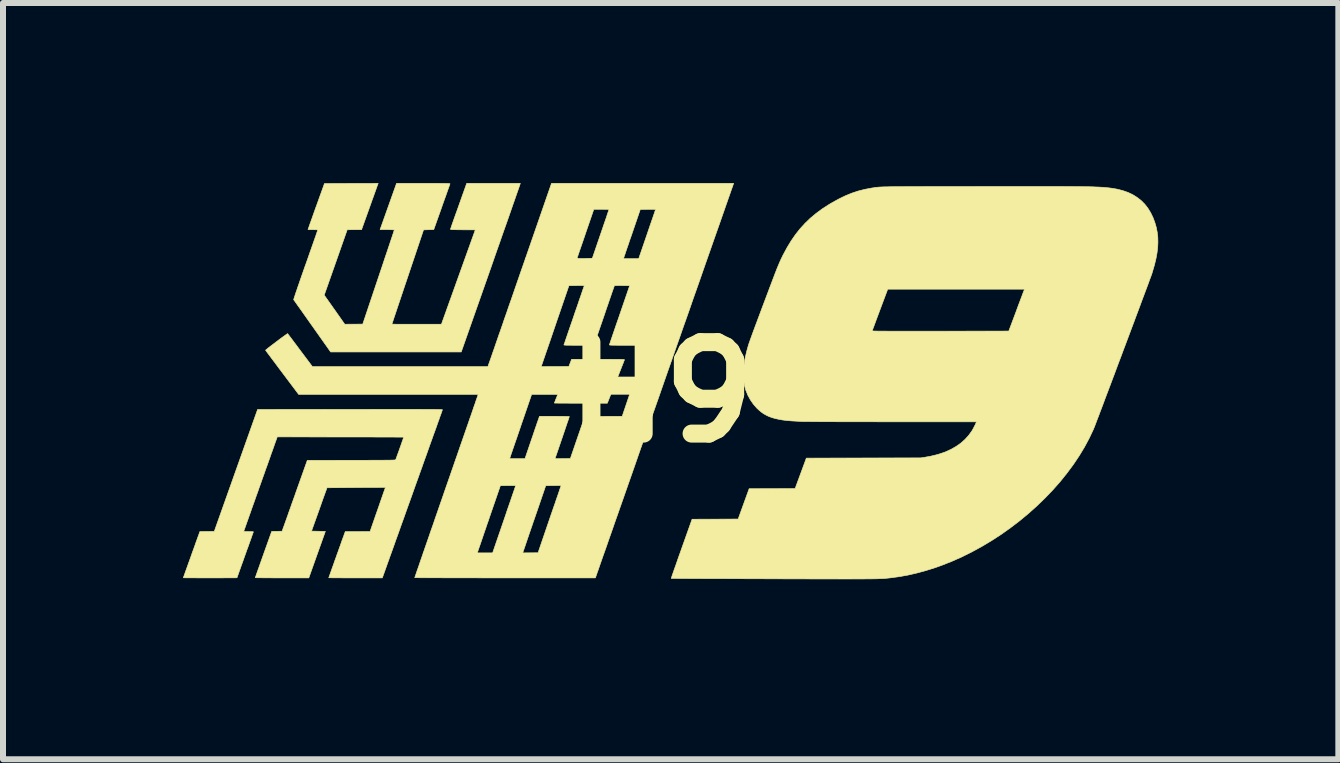
<source format=kicad_pcb>
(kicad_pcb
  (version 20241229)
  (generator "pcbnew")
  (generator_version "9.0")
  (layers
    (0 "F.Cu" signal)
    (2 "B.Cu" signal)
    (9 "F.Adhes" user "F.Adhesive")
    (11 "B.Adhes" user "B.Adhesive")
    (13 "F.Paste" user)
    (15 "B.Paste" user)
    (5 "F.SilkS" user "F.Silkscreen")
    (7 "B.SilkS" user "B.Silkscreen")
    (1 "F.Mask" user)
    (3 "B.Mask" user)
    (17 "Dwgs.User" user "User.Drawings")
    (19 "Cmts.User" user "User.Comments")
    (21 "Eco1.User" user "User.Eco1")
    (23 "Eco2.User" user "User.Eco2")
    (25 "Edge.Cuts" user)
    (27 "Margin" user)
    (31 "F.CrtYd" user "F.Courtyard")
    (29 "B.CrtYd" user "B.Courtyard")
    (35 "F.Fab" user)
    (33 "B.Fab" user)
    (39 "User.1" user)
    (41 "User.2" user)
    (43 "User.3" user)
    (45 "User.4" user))
  (footprint "H9"
    (layer "F.Cu")
    (at 7.965 3.485)
    (property "Reference" "H9" (at 0 0 0) (layer "F.SilkS") (effects (font (size 1.524 1.524) (thickness 0.3))))
    (attr through_hole)
    (fp_poly (pts (xy -4.729 -3.44) (xy -4.733 -3.429) (xy -4.74 -3.409) (xy -4.75 -3.381) (xy -4.762 -3.347) (xy -4.777 -3.306) (xy -4.793 -3.26) (xy -4.812 -3.209) (xy -4.831 -3.155) (xy -4.851 -3.099) (xy -4.867 -3.054) (xy -4.991 -2.708) (xy -5.11 -2.708) (xy -5.23 -2.707) (xy -5.421 -2.163) (xy -5.613 -1.618) (xy -5.442 -1.376) (xy -5.271 -1.133) (xy -4.971 -1.135) (xy -4.708 -1.918) (xy -4.679 -2.004) (xy -4.651 -2.087) (xy -4.624 -2.168) (xy -4.599 -2.244) (xy -4.574 -2.317) (xy -4.551 -2.385) (xy -4.53 -2.448) (xy -4.511 -2.505) (xy -4.494 -2.556) (xy -4.479 -2.6) (xy -4.467 -2.637) (xy -4.457 -2.667) (xy -4.45 -2.688) (xy -4.446 -2.7) (xy -4.445 -2.704) (xy -4.45 -2.705) (xy -4.464 -2.706) (xy -4.484 -2.707) (xy -4.511 -2.708) (xy -4.543 -2.709) (xy -4.564 -2.709) (xy -4.682 -2.71) (xy -4.545 -3.095) (xy -4.408 -3.48) (xy -3.961 -3.48) (xy -3.884 -3.48) (xy -3.815 -3.48) (xy -3.756 -3.48) (xy -3.705 -3.48) (xy -3.662 -3.479) (xy -3.626 -3.479) (xy -3.597 -3.479) (xy -3.573 -3.478) (xy -3.554 -3.478) (xy -3.54 -3.477) (xy -3.53 -3.476) (xy -3.523 -3.475) (xy -3.519 -3.474) (xy -3.518 -3.473) (xy -3.517 -3.471) (xy -3.518 -3.471) (xy -3.52 -3.465) (xy -3.525 -3.45) (xy -3.533 -3.427) (xy -3.544 -3.397) (xy -3.557 -3.36) (xy -3.572 -3.317) (xy -3.589 -3.269) (xy -3.608 -3.217) (xy -3.628 -3.161) (xy -3.649 -3.102) (xy -3.654 -3.086) (xy -3.788 -2.71) (xy -3.958 -2.705) (xy -4.222 -1.92) (xy -4.251 -1.834) (xy -4.279 -1.751) (xy -4.306 -1.67) (xy -4.332 -1.593) (xy -4.356 -1.521) (xy -4.379 -1.453) (xy -4.4 -1.39) (xy -4.419 -1.333) (xy -4.436 -1.282) (xy -4.451 -1.238) (xy -4.463 -1.201) (xy -4.473 -1.171) (xy -4.48 -1.15) (xy -4.484 -1.138) (xy -4.486 -1.134) (xy -4.481 -1.134) (xy -4.466 -1.134) (xy -4.443 -1.134) (xy -4.412 -1.133) (xy -4.374 -1.133) (xy -4.33 -1.133) (xy -4.28 -1.133) (xy -4.225 -1.133) (xy -4.166 -1.133) (xy -4.103 -1.133) (xy -4.073 -1.133) (xy -3.66 -1.133) (xy -3.096 -2.705) (xy -3.303 -2.706) (xy -3.355 -2.707) (xy -3.397 -2.707) (xy -3.431 -2.708) (xy -3.457 -2.708) (xy -3.477 -2.709) (xy -3.491 -2.71) (xy -3.5 -2.711) (xy -3.506 -2.712) (xy -3.509 -2.714) (xy -3.509 -2.716) (xy -3.509 -2.717) (xy -3.507 -2.723) (xy -3.502 -2.738) (xy -3.494 -2.761) (xy -3.484 -2.792) (xy -3.471 -2.829) (xy -3.456 -2.871) (xy -3.439 -2.919) (xy -3.42 -2.972) (xy -3.4 -3.027) (xy -3.379 -3.086) (xy -3.373 -3.103) (xy -3.239 -3.48) (xy -2.346 -3.48) (xy -2.349 -3.469) (xy -2.351 -3.463) (xy -2.356 -3.448) (xy -2.364 -3.425) (xy -2.375 -3.393) (xy -2.389 -3.353) (xy -2.406 -3.305) (xy -2.425 -3.25) (xy -2.447 -3.187) (xy -2.471 -3.119) (xy -2.497 -3.044) (xy -2.525 -2.963) (xy -2.555 -2.877) (xy -2.587 -2.786) (xy -2.621 -2.691) (xy -2.656 -2.591) (xy -2.692 -2.487) (xy -2.73 -2.38) (xy -2.769 -2.269) (xy -2.808 -2.156) (xy -2.84 -2.064) (xy -3.33 -0.671) (xy -5.506 -0.671) (xy -5.812 -1.104) (xy -5.854 -1.163) (xy -5.894 -1.22) (xy -5.932 -1.274) (xy -5.968 -1.325) (xy -6.001 -1.372) (xy -6.031 -1.414) (xy -6.058 -1.451) (xy -6.08 -1.483) (xy -6.098 -1.508) (xy -6.111 -1.527) (xy -6.12 -1.539) (xy -6.122 -1.542) (xy -6.121 -1.548) (xy -6.117 -1.562) (xy -6.109 -1.586) (xy -6.099 -1.617) (xy -6.086 -1.656) (xy -6.07 -1.702) (xy -6.052 -1.756) (xy -6.031 -1.815) (xy -6.009 -1.88) (xy -5.984 -1.951) (xy -5.958 -2.026) (xy -5.93 -2.106) (xy -5.925 -2.119) (xy -5.899 -2.192) (xy -5.874 -2.263) (xy -5.851 -2.33) (xy -5.828 -2.394) (xy -5.807 -2.454) (xy -5.788 -2.508) (xy -5.771 -2.557) (xy -5.756 -2.599) (xy -5.744 -2.635) (xy -5.734 -2.664) (xy -5.726 -2.684) (xy -5.722 -2.696) (xy -5.721 -2.699) (xy -5.721 -2.702) (xy -5.724 -2.704) (xy -5.73 -2.706) (xy -5.742 -2.707) (xy -5.76 -2.707) (xy -5.787 -2.708) (xy -5.801 -2.708) (xy -5.828 -2.708) (xy -5.852 -2.708) (xy -5.87 -2.709) (xy -5.88 -2.711) (xy -5.883 -2.711) (xy -5.881 -2.717) (xy -5.876 -2.731) (xy -5.868 -2.753) (xy -5.858 -2.783) (xy -5.845 -2.819) (xy -5.83 -2.861) (xy -5.813 -2.908) (xy -5.795 -2.96) (xy -5.775 -3.016) (xy -5.754 -3.075) (xy -5.746 -3.096) (xy -5.609 -3.477) (xy -5.162 -3.479) (xy -4.714 -3.48) (xy -4.729 -3.44)) (stroke (width 0.01) (type solid)) (fill yes) (layer "F.SilkS"))
    (fp_poly (pts (xy -4.251 0.285) (xy -4.172 0.285) (xy -4.1 0.285) (xy -4.035 0.285) (xy -3.976 0.286) (xy -3.923 0.286) (xy -3.877 0.286) (xy -3.835 0.286) (xy -3.799 0.286) (xy -3.768 0.287) (xy -3.741 0.287) (xy -3.718 0.287) (xy -3.699 0.288) (xy -3.683 0.288) (xy -3.671 0.289) (xy -3.661 0.289) (xy -3.654 0.29) (xy -3.649 0.29) (xy -3.646 0.291) (xy -3.644 0.292) (xy -3.644 0.293) (xy -3.644 0.293) (xy -3.646 0.299) (xy -3.651 0.314) (xy -3.659 0.337) (xy -3.67 0.369) (xy -3.685 0.408) (xy -3.701 0.456) (xy -3.721 0.51) (xy -3.742 0.571) (xy -3.766 0.638) (xy -3.793 0.711) (xy -3.821 0.79) (xy -3.851 0.873) (xy -3.882 0.961) (xy -3.915 1.054) (xy -3.95 1.15) (xy -3.985 1.25) (xy -4.022 1.352) (xy -4.059 1.457) (xy -4.069 1.483) (xy -4.108 1.592) (xy -4.146 1.7) (xy -4.184 1.806) (xy -4.222 1.911) (xy -4.258 2.012) (xy -4.293 2.111) (xy -4.328 2.207) (xy -4.36 2.298) (xy -4.391 2.385) (xy -4.421 2.467) (xy -4.448 2.544) (xy -4.473 2.614) (xy -4.496 2.678) (xy -4.517 2.735) (xy -4.534 2.784) (xy -4.549 2.825) (xy -4.561 2.858) (xy -4.568 2.879) (xy -4.645 3.094) (xy -5.091 3.094) (xy -5.157 3.094) (xy -5.221 3.094) (xy -5.28 3.094) (xy -5.336 3.093) (xy -5.386 3.093) (xy -5.43 3.093) (xy -5.467 3.093) (xy -5.498 3.092) (xy -5.52 3.092) (xy -5.533 3.092) (xy -5.537 3.092) (xy -5.536 3.087) (xy -5.531 3.073) (xy -5.523 3.051) (xy -5.513 3.023) (xy -5.501 2.989) (xy -5.487 2.949) (xy -5.471 2.905) (xy -5.454 2.858) (xy -5.437 2.808) (xy -5.418 2.757) (xy -5.4 2.705) (xy -5.381 2.653) (xy -5.363 2.602) (xy -5.345 2.553) (xy -5.329 2.507) (xy -5.314 2.464) (xy -5.3 2.426) (xy -5.288 2.394) (xy -5.279 2.367) (xy -5.272 2.348) (xy -5.268 2.337) (xy -5.267 2.336) (xy -5.262 2.322) (xy -5.055 2.322) (xy -4.849 2.321) (xy -4.751 2.038) (xy -4.732 1.984) (xy -4.713 1.93) (xy -4.695 1.878) (xy -4.678 1.828) (xy -4.662 1.783) (xy -4.648 1.742) (xy -4.636 1.708) (xy -4.627 1.682) (xy -4.623 1.67) (xy -4.593 1.586) (xy -5.079 1.588) (xy -5.149 1.589) (xy -5.215 1.589) (xy -5.278 1.59) (xy -5.336 1.59) (xy -5.39 1.591) (xy -5.437 1.591) (xy -5.479 1.591) (xy -5.513 1.592) (xy -5.539 1.592) (xy -5.557 1.592) (xy -5.566 1.593) (xy -5.567 1.593) (xy -5.569 1.598) (xy -5.574 1.611) (xy -5.581 1.633) (xy -5.592 1.662) (xy -5.605 1.698) (xy -5.62 1.739) (xy -5.637 1.786) (xy -5.655 1.837) (xy -5.674 1.892) (xy -5.695 1.95) (xy -5.696 1.954) (xy -5.825 2.314) (xy -5.594 2.319) (xy -5.732 2.706) (xy -5.87 3.094) (xy -6.316 3.094) (xy -6.382 3.094) (xy -6.445 3.094) (xy -6.505 3.093) (xy -6.56 3.093) (xy -6.61 3.093) (xy -6.654 3.092) (xy -6.692 3.092) (xy -6.722 3.091) (xy -6.744 3.091) (xy -6.758 3.09) (xy -6.761 3.09) (xy -6.76 3.085) (xy -6.755 3.071) (xy -6.747 3.048) (xy -6.737 3.019) (xy -6.724 2.982) (xy -6.709 2.94) (xy -6.692 2.893) (xy -6.674 2.841) (xy -6.654 2.785) (xy -6.633 2.726) (xy -6.625 2.703) (xy -6.488 2.319) (xy -6.315 2.316) (xy -6.302 2.28) (xy -6.299 2.27) (xy -6.292 2.251) (xy -6.282 2.225) (xy -6.27 2.19) (xy -6.255 2.149) (xy -6.238 2.101) (xy -6.219 2.048) (xy -6.199 1.99) (xy -6.176 1.927) (xy -6.153 1.86) (xy -6.128 1.791) (xy -6.102 1.719) (xy -6.092 1.689) (xy -5.895 1.135) (xy -5.16 1.134) (xy -5.059 1.134) (xy -4.968 1.134) (xy -4.886 1.134) (xy -4.812 1.133) (xy -4.747 1.133) (xy -4.69 1.133) (xy -4.639 1.133) (xy -4.596 1.132) (xy -4.559 1.132) (xy -4.527 1.132) (xy -4.501 1.131) (xy -4.479 1.131) (xy -4.462 1.13) (xy -4.449 1.129) (xy -4.439 1.129) (xy -4.432 1.128) (xy -4.427 1.127) (xy -4.424 1.126) (xy -4.423 1.125) (xy -4.422 1.124) (xy -4.417 1.11) (xy -4.409 1.09) (xy -4.4 1.063) (xy -4.389 1.033) (xy -4.376 0.998) (xy -4.363 0.962) (xy -4.35 0.925) (xy -4.337 0.889) (xy -4.325 0.854) (xy -4.314 0.822) (xy -4.304 0.795) (xy -4.297 0.772) (xy -4.291 0.757) (xy -4.289 0.749) (xy -4.289 0.749) (xy -4.294 0.748) (xy -4.309 0.748) (xy -4.333 0.748) (xy -4.366 0.748) (xy -4.407 0.748) (xy -4.456 0.747) (xy -4.512 0.747) (xy -4.575 0.747) (xy -4.645 0.747) (xy -4.72 0.747) (xy -4.801 0.746) (xy -4.886 0.746) (xy -4.976 0.746) (xy -5.071 0.746) (xy -5.168 0.746) (xy -5.269 0.746) (xy -5.343 0.746) (xy -6.396 0.744) (xy -6.4 0.757) (xy -6.406 0.774) (xy -6.415 0.799) (xy -6.427 0.832) (xy -6.441 0.871) (xy -6.457 0.917) (xy -6.475 0.968) (xy -6.496 1.025) (xy -6.517 1.086) (xy -6.54 1.151) (xy -6.564 1.219) (xy -6.59 1.289) (xy -6.615 1.362) (xy -6.642 1.436) (xy -6.668 1.511) (xy -6.695 1.586) (xy -6.721 1.661) (xy -6.748 1.735) (xy -6.773 1.807) (xy -6.798 1.876) (xy -6.822 1.943) (xy -6.844 2.007) (xy -6.865 2.066) (xy -6.884 2.12) (xy -6.902 2.17) (xy -6.917 2.213) (xy -6.93 2.25) (xy -6.941 2.279) (xy -6.948 2.301) (xy -6.953 2.315) (xy -6.955 2.319) (xy -6.95 2.32) (xy -6.936 2.321) (xy -6.916 2.321) (xy -6.891 2.321) (xy -6.873 2.322) (xy -6.842 2.322) (xy -6.82 2.322) (xy -6.806 2.323) (xy -6.798 2.324) (xy -6.794 2.326) (xy -6.794 2.329) (xy -6.794 2.33) (xy -6.797 2.338) (xy -6.803 2.354) (xy -6.812 2.378) (xy -6.822 2.408) (xy -6.835 2.445) (xy -6.85 2.486) (xy -6.866 2.531) (xy -6.883 2.579) (xy -6.902 2.629) (xy -6.92 2.681) (xy -6.939 2.733) (xy -6.957 2.785) (xy -6.975 2.836) (xy -6.993 2.884) (xy -7.009 2.93) (xy -7.024 2.972) (xy -7.037 3.008) (xy -7.048 3.04) (xy -7.057 3.064) (xy -7.063 3.082) (xy -7.066 3.091) (xy -7.066 3.092) (xy -7.071 3.092) (xy -7.086 3.092) (xy -7.109 3.093) (xy -7.14 3.093) (xy -7.178 3.093) (xy -7.223 3.093) (xy -7.274 3.093) (xy -7.33 3.094) (xy -7.39 3.094) (xy -7.453 3.094) (xy -7.513 3.094) (xy -7.58 3.094) (xy -7.643 3.094) (xy -7.703 3.094) (xy -7.758 3.093) (xy -7.808 3.093) (xy -7.853 3.093) (xy -7.89 3.093) (xy -7.921 3.093) (xy -7.943 3.092) (xy -7.956 3.092) (xy -7.96 3.092) (xy -7.959 3.087) (xy -7.954 3.073) (xy -7.946 3.051) (xy -7.936 3.022) (xy -7.923 2.986) (xy -7.908 2.944) (xy -7.891 2.897) (xy -7.873 2.846) (xy -7.853 2.791) (xy -7.832 2.732) (xy -7.828 2.72) (xy -7.807 2.661) (xy -7.786 2.604) (xy -7.767 2.551) (xy -7.75 2.502) (xy -7.734 2.458) (xy -7.72 2.419) (xy -7.708 2.387) (xy -7.699 2.362) (xy -7.693 2.345) (xy -7.69 2.336) (xy -7.69 2.336) (xy -7.685 2.322) (xy -7.565 2.32) (xy -7.445 2.319) (xy -7.084 1.303) (xy -6.723 0.287) (xy -5.182 0.286) (xy -5.034 0.286) (xy -4.895 0.286) (xy -4.766 0.285) (xy -4.646 0.285) (xy -4.535 0.285) (xy -4.432 0.285) (xy -4.338 0.285) (xy -4.251 0.285)) (stroke (width 0.01) (type solid)) (fill yes) (layer "F.SilkS"))
    (fp_poly (pts (xy 6.302 -3.428) (xy 6.408 -3.428) (xy 6.507 -3.428) (xy 6.598 -3.428) (xy 6.683 -3.428) (xy 6.761 -3.427) (xy 6.833 -3.427) (xy 6.9 -3.426) (xy 6.961 -3.426) (xy 7.017 -3.425) (xy 7.068 -3.424) (xy 7.115 -3.424) (xy 7.158 -3.423) (xy 7.197 -3.422) (xy 7.232 -3.42) (xy 7.265 -3.419) (xy 7.295 -3.418) (xy 7.323 -3.416) (xy 7.349 -3.415) (xy 7.373 -3.413) (xy 7.396 -3.411) (xy 7.417 -3.409) (xy 7.439 -3.407) (xy 7.459 -3.405) (xy 7.48 -3.402) (xy 7.493 -3.401) (xy 7.595 -3.384) (xy 7.69 -3.36) (xy 7.777 -3.33) (xy 7.858 -3.292) (xy 7.931 -3.246) (xy 7.998 -3.194) (xy 8.058 -3.134) (xy 8.111 -3.066) (xy 8.157 -2.991) (xy 8.197 -2.908) (xy 8.227 -2.827) (xy 8.25 -2.748) (xy 8.266 -2.667) (xy 8.276 -2.585) (xy 8.278 -2.5) (xy 8.274 -2.412) (xy 8.263 -2.32) (xy 8.245 -2.223) (xy 8.22 -2.12) (xy 8.188 -2.011) (xy 8.175 -1.968) (xy 8.17 -1.956) (xy 8.163 -1.935) (xy 8.152 -1.906) (xy 8.138 -1.869) (xy 8.122 -1.824) (xy 8.103 -1.772) (xy 8.081 -1.714) (xy 8.057 -1.65) (xy 8.031 -1.581) (xy 8.003 -1.506) (xy 7.974 -1.427) (xy 7.943 -1.344) (xy 7.91 -1.257) (xy 7.877 -1.167) (xy 7.842 -1.075) (xy 7.807 -0.981) (xy 7.771 -0.885) (xy 7.735 -0.789) (xy 7.698 -0.691) (xy 7.662 -0.594) (xy 7.625 -0.497) (xy 7.589 -0.401) (xy 7.554 -0.306) (xy 7.519 -0.214) (xy 7.485 -0.123) (xy 7.452 -0.036) (xy 7.42 0.048) (xy 7.39 0.128) (xy 7.362 0.204) (xy 7.335 0.275) (xy 7.31 0.34) (xy 7.288 0.4) (xy 7.267 0.453) (xy 7.25 0.499) (xy 7.235 0.538) (xy 7.223 0.57) (xy 7.214 0.592) (xy 7.208 0.606) (xy 7.207 0.61) (xy 7.136 0.761) (xy 7.056 0.911) (xy 6.966 1.06) (xy 6.868 1.206) (xy 6.761 1.35) (xy 6.647 1.492) (xy 6.525 1.63) (xy 6.396 1.764) (xy 6.261 1.895) (xy 6.12 2.021) (xy 5.974 2.142) (xy 5.822 2.258) (xy 5.666 2.369) (xy 5.506 2.473) (xy 5.342 2.571) (xy 5.175 2.662) (xy 5.006 2.746) (xy 4.834 2.822) (xy 4.66 2.89) (xy 4.549 2.929) (xy 4.401 2.975) (xy 4.256 3.014) (xy 4.113 3.047) (xy 3.968 3.073) (xy 3.82 3.093) (xy 3.734 3.102) (xy 3.721 3.103) (xy 3.707 3.104) (xy 3.691 3.105) (xy 3.674 3.106) (xy 3.655 3.106) (xy 3.633 3.107) (xy 3.609 3.108) (xy 3.581 3.109) (xy 3.551 3.109) (xy 3.516 3.11) (xy 3.478 3.11) (xy 3.435 3.11) (xy 3.388 3.111) (xy 3.335 3.111) (xy 3.278 3.111) (xy 3.215 3.111) (xy 3.146 3.112) (xy 3.071 3.112) (xy 2.989 3.112) (xy 2.9 3.111) (xy 2.804 3.111) (xy 2.701 3.111) (xy 2.59 3.111) (xy 2.471 3.111) (xy 2.343 3.11) (xy 2.207 3.11) (xy 2.062 3.11) (xy 1.907 3.109) (xy 1.742 3.109) (xy 1.677 3.108) (xy 1.554 3.108) (xy 1.433 3.108) (xy 1.316 3.107) (xy 1.202 3.107) (xy 1.092 3.106) (xy 0.986 3.106) (xy 0.885 3.106) (xy 0.788 3.105) (xy 0.698 3.105) (xy 0.613 3.104) (xy 0.534 3.104) (xy 0.462 3.104) (xy 0.396 3.103) (xy 0.338 3.103) (xy 0.288 3.103) (xy 0.247 3.102) (xy 0.213 3.102) (xy 0.189 3.102) (xy 0.174 3.102) (xy 0.169 3.102) (xy 0.169 3.102) (xy 0.17 3.097) (xy 0.175 3.083) (xy 0.182 3.06) (xy 0.192 3.031) (xy 0.205 2.994) (xy 0.22 2.95) (xy 0.238 2.901) (xy 0.257 2.847) (xy 0.277 2.789) (xy 0.299 2.726) (xy 0.323 2.66) (xy 0.341 2.608) (xy 0.516 2.116) (xy 0.9 2.115) (xy 1.284 2.113) (xy 1.375 1.861) (xy 1.467 1.608) (xy 1.85 1.607) (xy 2.233 1.605) (xy 2.42 1.098) (xy 4.326 1.094) (xy 4.397 1.083) (xy 4.487 1.067) (xy 4.568 1.048) (xy 4.643 1.027) (xy 4.714 1.003) (xy 4.741 0.993) (xy 4.832 0.951) (xy 4.916 0.903) (xy 4.993 0.849) (xy 5.062 0.788) (xy 5.123 0.721) (xy 5.176 0.648) (xy 5.178 0.645) (xy 5.188 0.628) (xy 5.2 0.607) (xy 5.213 0.582) (xy 5.225 0.558) (xy 5.237 0.535) (xy 5.245 0.516) (xy 5.25 0.504) (xy 5.25 0.504) (xy 5.253 0.493) (xy 3.878 0.493) (xy 3.746 0.493) (xy 3.618 0.493) (xy 3.494 0.492) (xy 3.374 0.492) (xy 3.259 0.492) (xy 3.149 0.492) (xy 3.044 0.492) (xy 2.945 0.492) (xy 2.852 0.491) (xy 2.766 0.491) (xy 2.686 0.491) (xy 2.614 0.49) (xy 2.55 0.49) (xy 2.494 0.489) (xy 2.447 0.489) (xy 2.409 0.489) (xy 2.38 0.488) (xy 2.36 0.488) (xy 2.36 0.488) (xy 2.262 0.483) (xy 2.173 0.478) (xy 2.093 0.471) (xy 2.02 0.462) (xy 1.955 0.45) (xy 1.896 0.437) (xy 1.842 0.421) (xy 1.793 0.403) (xy 1.748 0.381) (xy 1.706 0.357) (xy 1.667 0.329) (xy 1.629 0.297) (xy 1.595 0.265) (xy 1.538 0.2) (xy 1.488 0.128) (xy 1.446 0.052) (xy 1.413 -0.029) (xy 1.409 -0.04) (xy 1.388 -0.118) (xy 1.375 -0.202) (xy 1.37 -0.29) (xy 1.373 -0.384) (xy 1.385 -0.483) (xy 1.404 -0.589) (xy 1.431 -0.7) (xy 1.44 -0.732) (xy 1.444 -0.746) (xy 1.448 -0.76) (xy 1.452 -0.774) (xy 1.456 -0.788) (xy 1.461 -0.803) (xy 1.466 -0.819) (xy 1.473 -0.837) (xy 1.48 -0.857) (xy 1.488 -0.881) (xy 1.498 -0.907) (xy 1.509 -0.938) (xy 1.522 -0.974) (xy 1.537 -1.015) (xy 1.54 -1.022) (xy 3.516 -1.022) (xy 3.518 -1.022) (xy 3.523 -1.021) (xy 3.533 -1.02) (xy 3.546 -1.02) (xy 3.565 -1.019) (xy 3.589 -1.019) (xy 3.618 -1.018) (xy 3.652 -1.018) (xy 3.693 -1.018) (xy 3.741 -1.018) (xy 3.795 -1.017) (xy 3.856 -1.017) (xy 3.925 -1.017) (xy 4.002 -1.017) (xy 4.086 -1.017) (xy 4.179 -1.017) (xy 4.281 -1.017) (xy 4.392 -1.017) (xy 4.513 -1.017) (xy 4.643 -1.017) (xy 4.654 -1.017) (xy 5.793 -1.019) (xy 5.914 -1.341) (xy 5.934 -1.396) (xy 5.954 -1.45) (xy 5.973 -1.5) (xy 5.99 -1.546) (xy 6.006 -1.587) (xy 6.019 -1.623) (xy 6.03 -1.652) (xy 6.038 -1.674) (xy 6.044 -1.687) (xy 6.045 -1.69) (xy 6.055 -1.717) (xy 3.776 -1.717) (xy 3.647 -1.373) (xy 3.626 -1.316) (xy 3.606 -1.263) (xy 3.587 -1.212) (xy 3.57 -1.166) (xy 3.555 -1.125) (xy 3.542 -1.09) (xy 3.531 -1.061) (xy 3.523 -1.04) (xy 3.518 -1.027) (xy 3.516 -1.022) (xy 1.54 -1.022) (xy 1.554 -1.061) (xy 1.574 -1.114) (xy 1.596 -1.173) (xy 1.621 -1.24) (xy 1.649 -1.315) (xy 1.68 -1.398) (xy 1.714 -1.488) (xy 1.749 -1.581) (xy 1.781 -1.666) (xy 1.809 -1.741) (xy 1.835 -1.809) (xy 1.858 -1.87) (xy 1.879 -1.925) (xy 1.897 -1.973) (xy 1.914 -2.016) (xy 1.929 -2.055) (xy 1.943 -2.089) (xy 1.956 -2.119) (xy 1.967 -2.147) (xy 1.978 -2.172) (xy 1.989 -2.196) (xy 1.999 -2.218) (xy 2.01 -2.24) (xy 2.02 -2.262) (xy 2.031 -2.284) (xy 2.035 -2.291) (xy 2.1 -2.412) (xy 2.168 -2.524) (xy 2.24 -2.628) (xy 2.316 -2.724) (xy 2.398 -2.814) (xy 2.486 -2.899) (xy 2.582 -2.979) (xy 2.685 -3.055) (xy 2.798 -3.128) (xy 2.847 -3.157) (xy 2.959 -3.219) (xy 3.068 -3.272) (xy 3.175 -3.316) (xy 3.283 -3.352) (xy 3.393 -3.38) (xy 3.503 -3.401) (xy 3.517 -3.403) (xy 3.53 -3.405) (xy 3.543 -3.407) (xy 3.555 -3.409) (xy 3.567 -3.411) (xy 3.579 -3.413) (xy 3.592 -3.414) (xy 3.606 -3.415) (xy 3.621 -3.417) (xy 3.638 -3.418) (xy 3.656 -3.419) (xy 3.678 -3.42) (xy 3.701 -3.421) (xy 3.728 -3.422) (xy 3.759 -3.422) (xy 3.793 -3.423) (xy 3.831 -3.424) (xy 3.874 -3.424) (xy 3.921 -3.425) (xy 3.974 -3.425) (xy 4.032 -3.425) (xy 4.096 -3.426) (xy 4.166 -3.426) (xy 4.243 -3.426) (xy 4.327 -3.426) (xy 4.418 -3.427) (xy 4.517 -3.427) (xy 4.624 -3.427) (xy 4.739 -3.427) (xy 4.862 -3.427) (xy 4.995 -3.427) (xy 5.137 -3.427) (xy 5.289 -3.428) (xy 5.324 -3.428) (xy 5.491 -3.428) (xy 5.649 -3.428) (xy 5.797 -3.428) (xy 5.936 -3.428) (xy 6.067 -3.428) (xy 6.189 -3.428) (xy 6.302 -3.428)) (stroke (width 0.01) (type solid)) (fill yes) (layer "F.SilkS"))
    (fp_poly (pts (xy 1.199 -3.453) (xy 1.197 -3.447) (xy 1.192 -3.431) (xy 1.183 -3.407) (xy 1.171 -3.373) (xy 1.156 -3.331) (xy 1.139 -3.281) (xy 1.118 -3.222) (xy 1.095 -3.156) (xy 1.069 -3.082) (xy 1.041 -3.001) (xy 1.01 -2.913) (xy 0.977 -2.818) (xy 0.941 -2.716) (xy 0.903 -2.608) (xy 0.863 -2.494) (xy 0.821 -2.374) (xy 0.777 -2.249) (xy 0.731 -2.118) (xy 0.684 -1.983) (xy 0.635 -1.842) (xy 0.584 -1.697) (xy 0.531 -1.548) (xy 0.478 -1.394) (xy 0.423 -1.237) (xy 0.366 -1.077) (xy 0.309 -0.913) (xy 0.25 -0.745) (xy 0.191 -0.576) (xy 0.13 -0.403) (xy 0.076 -0.249) (xy 0.015 -0.074) (xy -0.045 0.099) (xy -0.105 0.269) (xy -0.164 0.436) (xy -0.222 0.601) (xy -0.278 0.762) (xy -0.334 0.92) (xy -0.388 1.075) (xy -0.44 1.225) (xy -0.491 1.371) (xy -0.541 1.513) (xy -0.589 1.65) (xy -0.635 1.782) (xy -0.68 1.909) (xy -0.722 2.03) (xy -0.763 2.145) (xy -0.801 2.255) (xy -0.837 2.358) (xy -0.871 2.454) (xy -0.902 2.544) (xy -0.931 2.627) (xy -0.958 2.702) (xy -0.982 2.77) (xy -1.003 2.83) (xy -1.021 2.882) (xy -1.036 2.926) (xy -1.048 2.961) (xy -1.058 2.987) (xy -1.064 3.004) (xy -1.066 3.011) (xy -1.095 3.094) (xy -2.6 3.094) (xy -2.723 3.094) (xy -2.844 3.094) (xy -2.962 3.094) (xy -3.076 3.093) (xy -3.186 3.093) (xy -3.292 3.093) (xy -3.394 3.093) (xy -3.49 3.093) (xy -3.581 3.093) (xy -3.665 3.092) (xy -3.744 3.092) (xy -3.816 3.092) (xy -3.881 3.092) (xy -3.938 3.091) (xy -3.988 3.091) (xy -4.029 3.091) (xy -4.062 3.09) (xy -4.086 3.09) (xy -4.1 3.09) (xy -4.105 3.089) (xy -4.103 3.084) (xy -4.098 3.07) (xy -4.09 3.047) (xy -4.079 3.015) (xy -4.066 2.975) (xy -4.049 2.928) (xy -4.03 2.873) (xy -4.009 2.81) (xy -3.985 2.742) (xy -3.963 2.677) (xy -2.306 2.677) (xy -2.178 2.676) (xy -2.05 2.675) (xy -1.859 2.116) (xy -1.834 2.043) (xy -1.81 1.974) (xy -1.787 1.907) (xy -1.765 1.845) (xy -1.746 1.787) (xy -1.727 1.734) (xy -1.711 1.687) (xy -1.697 1.646) (xy -1.686 1.612) (xy -1.676 1.585) (xy -1.67 1.567) (xy -1.667 1.557) (xy -1.666 1.556) (xy -1.671 1.555) (xy -1.685 1.555) (xy -1.706 1.555) (xy -1.733 1.555) (xy -1.765 1.555) (xy -1.794 1.556) (xy -1.922 1.557) (xy -2.062 1.966) (xy -2.085 2.032) (xy -2.108 2.099) (xy -2.131 2.165) (xy -2.153 2.23) (xy -2.174 2.291) (xy -2.194 2.349) (xy -2.212 2.402) (xy -2.228 2.448) (xy -2.241 2.488) (xy -2.252 2.519) (xy -2.254 2.526) (xy -2.306 2.677) (xy -3.963 2.677) (xy -3.963 2.677) (xy -3.063 2.677) (xy -2.935 2.677) (xy -2.807 2.677) (xy -2.616 2.121) (xy -2.591 2.048) (xy -2.568 1.978) (xy -2.545 1.912) (xy -2.523 1.849) (xy -2.503 1.791) (xy -2.485 1.738) (xy -2.469 1.691) (xy -2.455 1.65) (xy -2.443 1.616) (xy -2.434 1.589) (xy -2.428 1.57) (xy -2.424 1.561) (xy -2.424 1.559) (xy -2.428 1.558) (xy -2.442 1.556) (xy -2.465 1.556) (xy -2.497 1.555) (xy -2.536 1.556) (xy -2.55 1.556) (xy -2.678 1.557) (xy -2.833 2.007) (xy -2.856 2.074) (xy -2.879 2.142) (xy -2.902 2.207) (xy -2.923 2.27) (xy -2.944 2.33) (xy -2.963 2.386) (xy -2.98 2.436) (xy -2.995 2.48) (xy -3.008 2.518) (xy -3.018 2.547) (xy -3.025 2.567) (xy -3.063 2.677) (xy -3.963 2.677) (xy -3.959 2.667) (xy -3.931 2.585) (xy -3.901 2.499) (xy -3.869 2.407) (xy -3.836 2.31) (xy -3.8 2.209) (xy -3.764 2.103) (xy -3.726 1.994) (xy -3.687 1.881) (xy -3.647 1.766) (xy -3.606 1.647) (xy -3.58 1.572) (xy -3.538 1.452) (xy -3.497 1.334) (xy -3.457 1.219) (xy -3.419 1.108) (xy -3.418 1.107) (xy -2.524 1.107) (xy -2.268 1.107) (xy -2.162 0.796) (xy -2.143 0.741) (xy -2.125 0.688) (xy -2.108 0.637) (xy -2.092 0.59) (xy -2.077 0.548) (xy -2.065 0.511) (xy -2.054 0.481) (xy -2.046 0.459) (xy -2.042 0.445) (xy -2.041 0.443) (xy -2.026 0.401) (xy -1.778 0.401) (xy -1.725 0.401) (xy -1.678 0.402) (xy -1.635 0.402) (xy -1.599 0.403) (xy -1.569 0.403) (xy -1.547 0.404) (xy -1.533 0.405) (xy -1.529 0.406) (xy -1.531 0.411) (xy -1.535 0.425) (xy -1.542 0.447) (xy -1.552 0.475) (xy -1.564 0.509) (xy -1.577 0.549) (xy -1.592 0.592) (xy -1.607 0.638) (xy -1.624 0.687) (xy -1.641 0.737) (xy -1.658 0.787) (xy -1.675 0.836) (xy -1.691 0.884) (xy -1.707 0.93) (xy -1.721 0.972) (xy -1.734 1.009) (xy -1.745 1.041) (xy -1.754 1.067) (xy -1.761 1.086) (xy -1.765 1.097) (xy -1.765 1.099) (xy -1.766 1.101) (xy -1.765 1.103) (xy -1.76 1.105) (xy -1.751 1.106) (xy -1.736 1.107) (xy -1.715 1.107) (xy -1.687 1.107) (xy -1.649 1.106) (xy -1.641 1.106) (xy -1.512 1.105) (xy -1.271 0.404) (xy -0.648 0.401) (xy -0.45 -0.184) (xy -0.424 -0.258) (xy -0.4 -0.33) (xy -0.377 -0.398) (xy -0.355 -0.463) (xy -0.335 -0.523) (xy -0.316 -0.579) (xy -0.299 -0.628) (xy -0.285 -0.672) (xy -0.272 -0.708) (xy -0.262 -0.738) (xy -0.255 -0.759) (xy -0.251 -0.772) (xy -0.25 -0.776) (xy -0.251 -0.777) (xy -0.256 -0.778) (xy -0.265 -0.779) (xy -0.278 -0.78) (xy -0.298 -0.781) (xy -0.323 -0.781) (xy -0.356 -0.782) (xy -0.396 -0.782) (xy -0.444 -0.782) (xy -0.501 -0.782) (xy -0.556 -0.782) (xy -0.62 -0.782) (xy -0.674 -0.782) (xy -0.72 -0.782) (xy -0.757 -0.783) (xy -0.788 -0.783) (xy -0.812 -0.783) (xy -0.83 -0.784) (xy -0.843 -0.785) (xy -0.852 -0.786) (xy -0.858 -0.787) (xy -0.861 -0.788) (xy -0.862 -0.79) (xy -0.861 -0.791) (xy -0.859 -0.797) (xy -0.854 -0.812) (xy -0.846 -0.835) (xy -0.836 -0.866) (xy -0.823 -0.904) (xy -0.808 -0.948) (xy -0.791 -0.998) (xy -0.772 -1.053) (xy -0.752 -1.112) (xy -0.73 -1.175) (xy -0.707 -1.241) (xy -0.691 -1.288) (xy -0.524 -1.775) (xy -0.649 -1.777) (xy -0.684 -1.777) (xy -0.715 -1.777) (xy -0.741 -1.777) (xy -0.762 -1.776) (xy -0.774 -1.775) (xy -0.778 -1.774) (xy -0.78 -1.769) (xy -0.785 -1.755) (xy -0.793 -1.732) (xy -0.804 -1.702) (xy -0.817 -1.665) (xy -0.832 -1.621) (xy -0.849 -1.572) (xy -0.868 -1.517) (xy -0.888 -1.458) (xy -0.91 -1.395) (xy -0.932 -1.329) (xy -0.95 -1.276) (xy -1.12 -0.782) (xy -1.371 -0.782) (xy -1.428 -0.782) (xy -1.476 -0.782) (xy -1.515 -0.783) (xy -1.547 -0.783) (xy -1.571 -0.783) (xy -1.59 -0.784) (xy -1.603 -0.785) (xy -1.612 -0.786) (xy -1.617 -0.787) (xy -1.619 -0.789) (xy -1.619 -0.79) (xy -1.617 -0.796) (xy -1.611 -0.811) (xy -1.603 -0.834) (xy -1.593 -0.865) (xy -1.58 -0.902) (xy -1.565 -0.946) (xy -1.548 -0.996) (xy -1.529 -1.051) (xy -1.509 -1.11) (xy -1.487 -1.173) (xy -1.464 -1.239) (xy -1.45 -1.282) (xy -1.427 -1.349) (xy -1.404 -1.414) (xy -1.383 -1.475) (xy -1.364 -1.533) (xy -1.345 -1.586) (xy -1.329 -1.633) (xy -1.315 -1.675) (xy -1.303 -1.71) (xy -1.293 -1.738) (xy -1.286 -1.758) (xy -1.282 -1.769) (xy -1.281 -1.772) (xy -1.283 -1.774) (xy -1.288 -1.775) (xy -1.3 -1.776) (xy -1.318 -1.777) (xy -1.344 -1.777) (xy -1.378 -1.777) (xy -1.407 -1.777) (xy -1.536 -1.775) (xy -1.763 -1.113) (xy -1.79 -1.033) (xy -1.816 -0.957) (xy -1.841 -0.883) (xy -1.865 -0.813) (xy -1.888 -0.747) (xy -1.909 -0.686) (xy -1.928 -0.631) (xy -1.945 -0.581) (xy -1.96 -0.538) (xy -1.972 -0.502) (xy -1.982 -0.473) (xy -1.989 -0.453) (xy -1.993 -0.441) (xy -1.994 -0.438) (xy -1.997 -0.427) (xy -1.537 -0.429) (xy -1.491 -0.549) (xy -1.05 -0.549) (xy -0.973 -0.549) (xy -0.905 -0.549) (xy -0.847 -0.549) (xy -0.796 -0.548) (xy -0.754 -0.548) (xy -0.718 -0.548) (xy -0.689 -0.548) (xy -0.665 -0.547) (xy -0.647 -0.547) (xy -0.633 -0.546) (xy -0.623 -0.545) (xy -0.617 -0.544) (xy -0.613 -0.543) (xy -0.611 -0.542) (xy -0.611 -0.54) (xy -0.611 -0.539) (xy -0.613 -0.533) (xy -0.619 -0.518) (xy -0.628 -0.495) (xy -0.639 -0.465) (xy -0.654 -0.429) (xy -0.67 -0.387) (xy -0.689 -0.34) (xy -0.709 -0.288) (xy -0.731 -0.234) (xy -0.753 -0.177) (xy -0.755 -0.173) (xy -0.896 0.183) (xy -1.337 0.183) (xy -1.403 0.183) (xy -1.466 0.183) (xy -1.525 0.183) (xy -1.58 0.182) (xy -1.63 0.182) (xy -1.673 0.182) (xy -1.71 0.182) (xy -1.74 0.181) (xy -1.762 0.181) (xy -1.775 0.181) (xy -1.778 0.18) (xy -1.776 0.175) (xy -1.771 0.162) (xy -1.764 0.143) (xy -1.755 0.12) (xy -1.752 0.113) (xy -1.742 0.089) (xy -1.734 0.068) (xy -1.728 0.052) (xy -1.724 0.043) (xy -1.724 0.042) (xy -1.725 0.04) (xy -1.731 0.039) (xy -1.742 0.038) (xy -1.759 0.037) (xy -1.783 0.036) (xy -1.814 0.036) (xy -1.853 0.036) (xy -1.901 0.036) (xy -1.939 0.036) (xy -2.157 0.036) (xy -2.301 0.456) (xy -2.324 0.522) (xy -2.346 0.587) (xy -2.368 0.652) (xy -2.389 0.713) (xy -2.409 0.772) (xy -2.428 0.826) (xy -2.445 0.875) (xy -2.459 0.918) (xy -2.472 0.953) (xy -2.481 0.981) (xy -2.485 0.992) (xy -2.524 1.107) (xy -3.418 1.107) (xy -3.381 1) (xy -3.345 0.895) (xy -3.31 0.795) (xy -3.277 0.7) (xy -3.246 0.61) (xy -3.216 0.525) (xy -3.189 0.445) (xy -3.163 0.372) (xy -3.14 0.305) (xy -3.12 0.245) (xy -3.101 0.193) (xy -3.086 0.147) (xy -3.073 0.11) (xy -3.063 0.081) (xy -3.056 0.061) (xy -3.052 0.049) (xy -3.051 0.047) (xy -3.047 0.036) (xy -6.039 0.036) (xy -6.314 -0.33) (xy -6.354 -0.383) (xy -6.393 -0.435) (xy -6.429 -0.484) (xy -6.463 -0.529) (xy -6.494 -0.57) (xy -6.521 -0.607) (xy -6.545 -0.638) (xy -6.564 -0.664) (xy -6.578 -0.683) (xy -6.587 -0.695) (xy -6.59 -0.7) (xy -6.59 -0.7) (xy -6.586 -0.704) (xy -6.576 -0.713) (xy -6.559 -0.727) (xy -6.536 -0.745) (xy -6.51 -0.765) (xy -6.48 -0.788) (xy -6.448 -0.812) (xy -6.415 -0.837) (xy -6.382 -0.862) (xy -6.349 -0.887) (xy -6.318 -0.91) (xy -6.29 -0.93) (xy -6.265 -0.948) (xy -6.245 -0.962) (xy -6.231 -0.972) (xy -6.223 -0.976) (xy -6.222 -0.976) (xy -6.219 -0.972) (xy -6.21 -0.96) (xy -6.196 -0.941) (xy -6.177 -0.916) (xy -6.154 -0.886) (xy -6.128 -0.851) (xy -6.098 -0.811) (xy -6.066 -0.769) (xy -6.033 -0.724) (xy -6.015 -0.7) (xy -5.81 -0.427) (xy -2.887 -0.427) (xy -2.882 -0.438) (xy -2.88 -0.444) (xy -2.875 -0.459) (xy -2.867 -0.482) (xy -2.855 -0.515) (xy -2.841 -0.555) (xy -2.824 -0.603) (xy -2.805 -0.659) (xy -2.783 -0.721) (xy -2.759 -0.791) (xy -2.733 -0.866) (xy -2.705 -0.948) (xy -2.674 -1.035) (xy -2.642 -1.127) (xy -2.609 -1.225) (xy -2.573 -1.326) (xy -2.537 -1.432) (xy -2.498 -1.542) (xy -2.459 -1.655) (xy -2.419 -1.771) (xy -2.378 -1.889) (xy -2.352 -1.965) (xy -2.261 -2.225) (xy -0.626 -2.225) (xy -0.373 -2.225) (xy -0.234 -2.63) (xy -0.213 -2.692) (xy -0.193 -2.751) (xy -0.174 -2.806) (xy -0.156 -2.858) (xy -0.14 -2.904) (xy -0.126 -2.945) (xy -0.114 -2.98) (xy -0.105 -3.008) (xy -0.098 -3.028) (xy -0.094 -3.039) (xy -0.093 -3.042) (xy -0.094 -3.044) (xy -0.1 -3.045) (xy -0.111 -3.046) (xy -0.129 -3.047) (xy -0.155 -3.047) (xy -0.189 -3.047) (xy -0.219 -3.047) (xy -0.347 -3.045) (xy -0.483 -2.647) (xy -0.504 -2.586) (xy -0.525 -2.527) (xy -0.543 -2.471) (xy -0.561 -2.42) (xy -0.577 -2.374) (xy -0.591 -2.333) (xy -0.602 -2.298) (xy -0.612 -2.27) (xy -0.619 -2.25) (xy -0.622 -2.239) (xy -0.623 -2.237) (xy -0.626 -2.225) (xy -2.261 -2.225) (xy -2.259 -2.231) (xy -1.401 -2.231) (xy -1.4 -2.229) (xy -1.394 -2.228) (xy -1.382 -2.227) (xy -1.364 -2.226) (xy -1.339 -2.226) (xy -1.304 -2.226) (xy -1.275 -2.226) (xy -1.147 -2.228) (xy -1.008 -2.634) (xy -0.987 -2.695) (xy -0.967 -2.754) (xy -0.948 -2.81) (xy -0.93 -2.861) (xy -0.914 -2.907) (xy -0.901 -2.948) (xy -0.889 -2.983) (xy -0.88 -3.01) (xy -0.873 -3.03) (xy -0.869 -3.041) (xy -0.869 -3.044) (xy -0.874 -3.045) (xy -0.887 -3.046) (xy -0.908 -3.047) (xy -0.935 -3.047) (xy -0.967 -3.048) (xy -0.995 -3.048) (xy -1.121 -3.048) (xy -1.26 -2.643) (xy -1.281 -2.581) (xy -1.301 -2.522) (xy -1.32 -2.467) (xy -1.338 -2.415) (xy -1.354 -2.369) (xy -1.368 -2.328) (xy -1.38 -2.293) (xy -1.389 -2.265) (xy -1.396 -2.245) (xy -1.4 -2.234) (xy -1.401 -2.231) (xy -2.259 -2.231) (xy -1.826 -3.48) (xy 1.208 -3.48) (xy 1.199 -3.453)) (stroke (width 0.01) (type solid)) (fill yes) (layer "F.SilkS")))
  (gr_rect
    (start -3 -3)
    (end 19.249 9.601)
    (stroke (width 0.1) (type default))
    (fill no)
    (layer "Edge.Cuts")))
</source>
